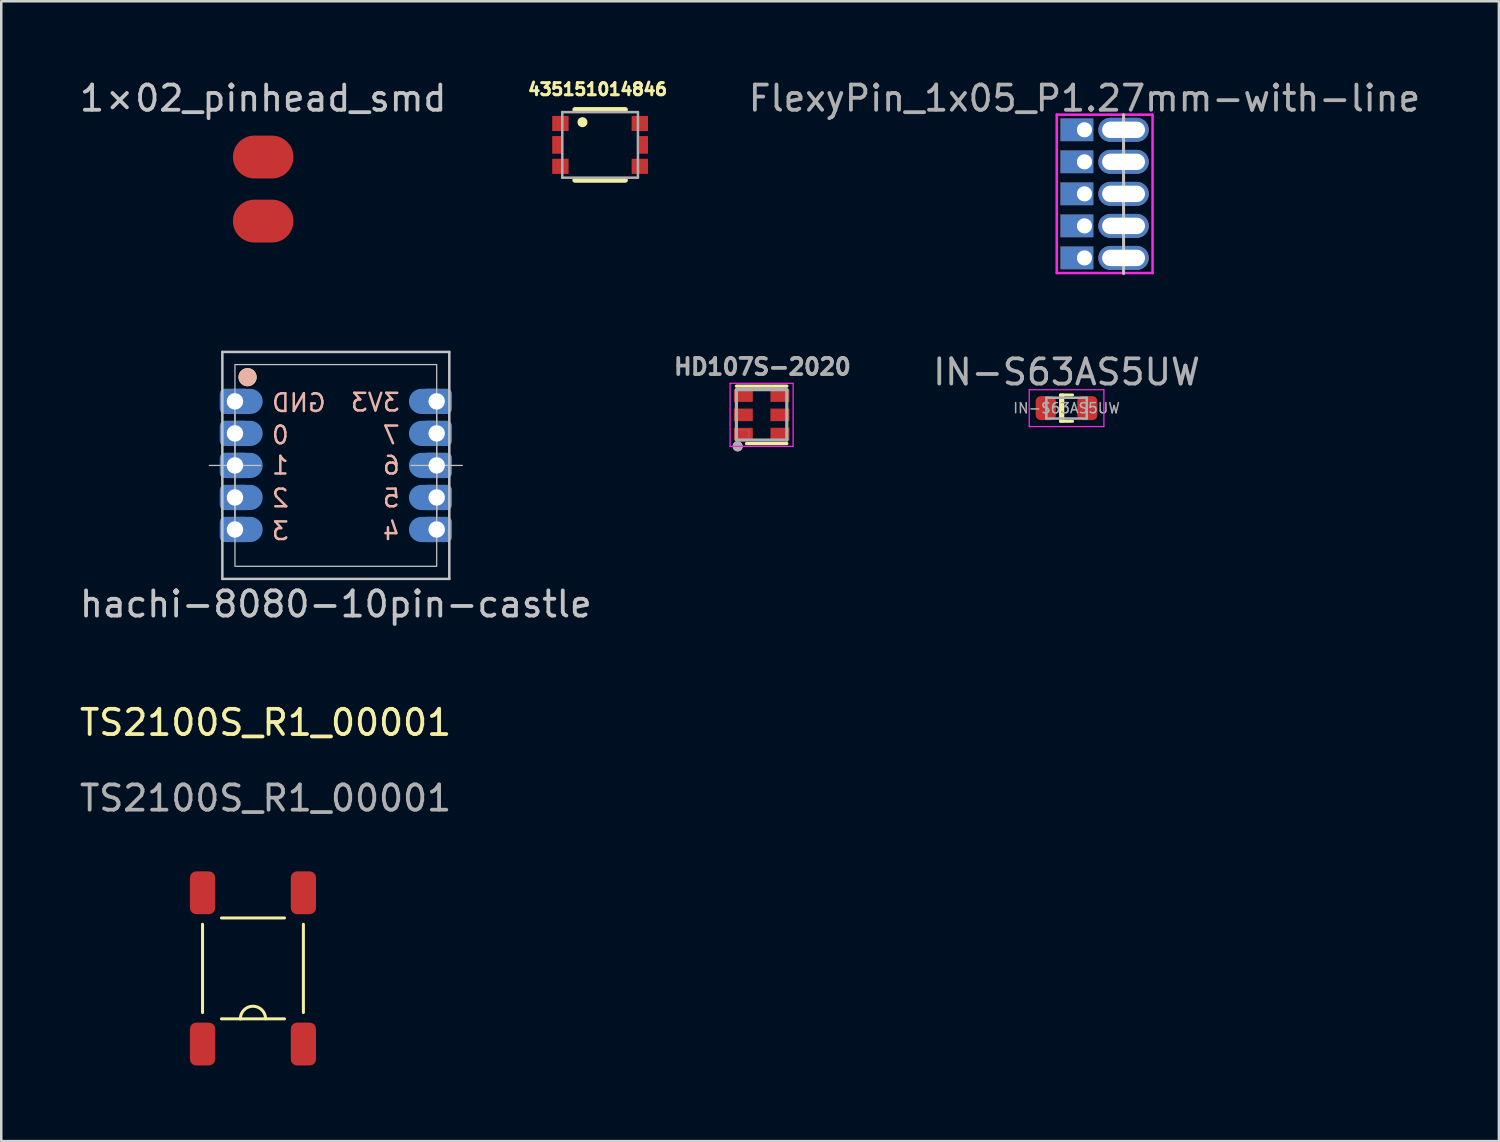
<source format=kicad_pcb>
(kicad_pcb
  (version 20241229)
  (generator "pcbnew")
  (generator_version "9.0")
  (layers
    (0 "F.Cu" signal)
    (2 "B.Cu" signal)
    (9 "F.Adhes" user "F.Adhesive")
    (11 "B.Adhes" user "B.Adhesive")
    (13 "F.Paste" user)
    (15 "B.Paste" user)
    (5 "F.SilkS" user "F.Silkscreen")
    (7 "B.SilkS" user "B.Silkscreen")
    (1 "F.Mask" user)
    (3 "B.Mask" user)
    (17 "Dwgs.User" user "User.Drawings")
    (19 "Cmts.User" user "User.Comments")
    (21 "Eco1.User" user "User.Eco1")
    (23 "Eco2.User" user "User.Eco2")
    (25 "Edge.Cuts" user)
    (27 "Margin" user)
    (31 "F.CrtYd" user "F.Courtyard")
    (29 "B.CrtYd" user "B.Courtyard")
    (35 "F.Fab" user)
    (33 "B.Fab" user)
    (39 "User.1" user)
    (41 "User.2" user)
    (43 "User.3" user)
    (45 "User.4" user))
  (footprint "435151014846"
    (layer "F.Cu")
    (at 20.749 2.696)
    (property "Reference" "435151014846" (at -0.1 -2.205 0) (layer "F.SilkS") (effects (font (size 0.48 0.48) (thickness 0.15))))
    (attr smd)
    (fp_line (start -1 -1.4) (end 1 -1.4) (stroke (width 0.2) (type solid)) (layer "F.SilkS"))
    (fp_line (start -1 1.4) (end 1 1.4) (stroke (width 0.2) (type solid)) (layer "F.SilkS"))
    (fp_circle (center -0.7 -0.9) (end -0.6 -0.9) (stroke (width 0.2) (type solid)) (fill no) (layer "F.SilkS"))
    (fp_line (start -1.5 -1.3) (end 1.5 -1.3) (stroke (width 0.1) (type solid)) (layer "F.Fab"))
    (fp_line (start -1.5 1.3) (end -1.5 -1.3) (stroke (width 0.1) (type solid)) (layer "F.Fab"))
    (fp_line (start 1.5 -1.3) (end 1.5 1.3) (stroke (width 0.1) (type solid)) (layer "F.Fab"))
    (fp_line (start 1.5 1.3) (end -1.5 1.3) (stroke (width 0.1) (type solid)) (layer "F.Fab"))
    (pad "1" smd rect (at -1.575 -0.85) (size 0.65 0.6) (layers "F.Cu" "F.Mask" "F.Paste"))
    (pad "2" smd rect (at 1.575 -0.85) (size 0.65 0.6) (layers "F.Cu" "F.Mask" "F.Paste"))
    (pad "3" smd rect (at -1.575 0.85) (size 0.65 0.6) (layers "F.Cu" "F.Mask" "F.Paste"))
    (pad "4" smd rect (at 1.575 0.85) (size 0.65 0.6) (layers "F.Cu" "F.Mask" "F.Paste"))
    (pad "5" smd rect (at -1.725 0) (size 0.35 0.7) (layers "F.Cu" "F.Mask" "F.Paste"))
    (pad "6" smd rect (at 1.725 0) (size 0.35 0.7) (layers "F.Cu" "F.Mask" "F.Paste")))
  (footprint "FlexyPin_1x05_P1.27mm-with-line"
    (layer "F.Cu")
    (at 39.958 2.098)
    (property "Reference" "FlexyPin_1x05_P1.27mm-with-line" (at 0 -1.25 0) (layer "F.Fab") (effects (font (size 1 1) (thickness 0.15))))
    (attr through_hole)
    (fp_line (start 1.55 -0.6) (end 1.55 5.7) (stroke (width 0.12) (type solid)) (layer "Dwgs.User"))
    (fp_line (start -1.1 -0.6) (end 2.7 -0.6) (stroke (width 0.1) (type solid)) (layer "F.CrtYd"))
    (fp_line (start -1.1 5.68) (end -1.1 -0.6) (stroke (width 0.1) (type solid)) (layer "F.CrtYd"))
    (fp_line (start 2.7 -0.6) (end 2.7 5.68) (stroke (width 0.1) (type solid)) (layer "F.CrtYd"))
    (fp_line (start 2.7 5.68) (end -1.1 5.68) (stroke (width 0.1) (type solid)) (layer "F.CrtYd"))
    (pad "" thru_hole oval (at 1.55 0) (size 2 0.95) (drill oval 1.7 0.65) (layers "*.Cu" "*.Mask"))
    (pad "" thru_hole oval (at 1.55 1.27) (size 2 0.95) (drill oval 1.7 0.65) (layers "*.Cu" "*.Mask"))
    (pad "" thru_hole oval (at 1.55 2.54) (size 2 0.95) (drill oval 1.7 0.65) (layers "*.Cu" "*.Mask"))
    (pad "" thru_hole oval (at 1.55 3.81) (size 2 0.95) (drill oval 1.7 0.65) (layers "*.Cu" "*.Mask"))
    (pad "" thru_hole oval (at 1.55 5.08) (size 2 0.95) (drill oval 1.7 0.65) (layers "*.Cu" "*.Mask"))
    (pad "1" thru_hole rect (at 0 0) (size 1.3 0.9) (drill 0.6 (offset -0.3 0)) (layers "*.Cu" "*.Mask"))
    (pad "2" thru_hole rect (at 0 1.27) (size 1.3 0.9) (drill 0.6 (offset -0.3 0)) (layers "*.Cu" "*.Mask"))
    (pad "3" thru_hole rect (at 0 2.54) (size 1.3 0.9) (drill 0.6 (offset -0.3 0)) (layers "*.Cu" "*.Mask"))
    (pad "4" thru_hole rect (at 0 3.81) (size 1.3 0.9) (drill 0.6 (offset -0.3 0)) (layers "*.Cu" "*.Mask"))
    (pad "5" thru_hole rect (at 0 5.08) (size 1.3 0.9) (drill 0.6 (offset -0.3 0)) (layers "*.Cu" "*.Mask")))
  (footprint "HD107S-2020"
    (layer "F.Cu")
    (at 27.154 13.402)
    (property "Reference" "HD107S-2020" (at 0.032 -1.906 0) (layer "F.Fab") (effects (font (size 0.64 0.64) (thickness 0.15))))
    (attr smd)
    (fp_line (start -1 -1.139) (end 1 -1.139) (stroke (width 0.127) (type solid)) (layer "F.SilkS"))
    (fp_line (start -0.6 1.139) (end 1 1.139) (stroke (width 0.127) (type solid)) (layer "F.SilkS"))
    (fp_circle (center -0.95 1.25) (end -0.85 1.25) (stroke (width 0.2) (type solid)) (fill no) (layer "F.SilkS"))
    (fp_line (start -1.25 -1.25) (end 1.25 -1.25) (stroke (width 0.05) (type solid)) (layer "F.CrtYd"))
    (fp_line (start -1.25 1.25) (end -1.25 -1.25) (stroke (width 0.05) (type solid)) (layer "F.CrtYd"))
    (fp_line (start 1.25 -1.25) (end 1.25 1.25) (stroke (width 0.05) (type solid)) (layer "F.CrtYd"))
    (fp_line (start 1.25 1.25) (end -1.25 1.25) (stroke (width 0.05) (type solid)) (layer "F.CrtYd"))
    (fp_line (start -1 -1) (end 1 -1) (stroke (width 0.127) (type solid)) (layer "F.Fab"))
    (fp_line (start -1 1) (end -1 -1) (stroke (width 0.127) (type solid)) (layer "F.Fab"))
    (fp_line (start 1 -1) (end 1 1) (stroke (width 0.127) (type solid)) (layer "F.Fab"))
    (fp_line (start 1 1) (end -1 1) (stroke (width 0.127) (type solid)) (layer "F.Fab"))
    (fp_circle (center -0.95 1.25) (end -0.85 1.25) (stroke (width 0.2) (type solid)) (fill no) (layer "F.Fab"))
    (fp_poly (pts (xy -1 0.6) (xy -0.5 0.6) (xy -0.5 1) (xy -1 1)) (stroke (width 0.01) (type solid)) (fill no) (layer "F.Fab"))
    (pad "1" smd rect (at -0.725 -0.756) (size 0.75 0.487) (layers "F.Cu" "F.Mask" "F.Paste"))
    (pad "2" smd rect (at -0.725 0) (size 0.75 0.5) (layers "F.Cu" "F.Mask" "F.Paste"))
    (pad "3" smd rect (at -0.725 0.757) (size 0.75 0.485) (layers "F.Cu" "F.Mask" "F.Paste"))
    (pad "4" smd rect (at 0.725 0.756) (size 0.75 0.487) (layers "F.Cu" "F.Mask" "F.Paste"))
    (pad "5" smd rect (at 0.725 0) (size 0.75 0.5) (layers "F.Cu" "F.Mask" "F.Paste"))
    (pad "6" smd rect (at 0.725 -0.757) (size 0.75 0.485) (layers "F.Cu" "F.Mask" "F.Paste")))
  (footprint "IN-S63AS5UW"
    (layer "F.Cu")
    (at 39.247 13.136)
    (property "Reference" "IN-S63AS5UW" (at 0 -1.43 0) (layer "F.Fab") (effects (font (size 1 1) (thickness 0.15))))
    (attr smd)
    (fp_line (start -0.237 -0.522) (end -0.237 0.522) (stroke (width 0.12) (type solid)) (layer "F.SilkS"))
    (fp_line (start -0.237 -0.522) (end 0.237 -0.522) (stroke (width 0.12) (type solid)) (layer "F.SilkS"))
    (fp_line (start -0.237 0.522) (end 0.237 0.522) (stroke (width 0.12) (type solid)) (layer "F.SilkS"))
    (fp_line (start -0.15 -0.522) (end -0.15 0.522) (stroke (width 0.12) (type solid)) (layer "F.SilkS"))
    (fp_line (start -1.48 -0.73) (end 1.48 -0.73) (stroke (width 0.05) (type solid)) (layer "F.CrtYd"))
    (fp_line (start -1.48 0.73) (end -1.48 -0.73) (stroke (width 0.05) (type solid)) (layer "F.CrtYd"))
    (fp_line (start 1.48 -0.73) (end 1.48 0.73) (stroke (width 0.05) (type solid)) (layer "F.CrtYd"))
    (fp_line (start 1.48 0.73) (end -1.48 0.73) (stroke (width 0.05) (type solid)) (layer "F.CrtYd"))
    (fp_line (start -0.8 -0.412) (end 0.8 -0.412) (stroke (width 0.1) (type solid)) (layer "F.Fab"))
    (fp_line (start -0.8 0.412) (end -0.8 -0.412) (stroke (width 0.1) (type solid)) (layer "F.Fab"))
    (fp_line (start 0.8 -0.412) (end 0.8 0.412) (stroke (width 0.1) (type solid)) (layer "F.Fab"))
    (fp_line (start 0.8 0.412) (end -0.8 0.412) (stroke (width 0.1) (type solid)) (layer "F.Fab"))
    (fp_text user "${REFERENCE}" (at 0 0 0) (layer "F.Fab") (effects (font (size 0.4 0.4) (thickness 0.06))))
    (pad "1" smd roundrect (at -0.825 0) (size 0.8 0.95) (layers "F.Cu" "F.Mask" "F.Paste") (roundrect_rratio 0.25))
    (pad "2" smd roundrect (at 0.825 0) (size 0.8 0.95) (layers "F.Cu" "F.Mask" "F.Paste") (roundrect_rratio 0.25)))
  (footprint "hachi-8080-10pin-castle"
    (layer "F.Cu")
    (at 10.268 15.408)
    (property "Reference" "hachi-8080-10pin-castle" (at 0 5.5 0) (unlocked yes) (layer "Dwgs.User") (effects (font (size 1 1) (thickness 0.15))))
    (attr smd)
    (fp_circle (center -3.5 -3.5) (end -3.2 -3.5) (stroke (width 0.12) (type solid)) (fill yes) (layer "F.SilkS"))
    (fp_circle (center -3.5 -3.5) (end -3.2 -3.5) (stroke (width 0.12) (type solid)) (fill yes) (layer "B.SilkS"))
    (fp_line (start -5.016 0) (end -2.984 0) (stroke (width 0.05) (type solid)) (layer "Dwgs.User"))
    (fp_line (start -4.5 -4.5) (end 4.5 -4.5) (stroke (width 0.1) (type solid)) (layer "Dwgs.User"))
    (fp_line (start -4.5 4.5) (end -4.5 -4.5) (stroke (width 0.1) (type solid)) (layer "Dwgs.User"))
    (fp_line (start -4 -2.032) (end -4 2.032) (stroke (width 0.05) (type solid)) (layer "Dwgs.User"))
    (fp_line (start 2.984 0) (end 5.016 0) (stroke (width 0.05) (type solid)) (layer "Dwgs.User"))
    (fp_line (start 4 -2.032) (end 4 2.032) (stroke (width 0.05) (type solid)) (layer "Dwgs.User"))
    (fp_line (start 4.5 -4.5) (end 4.5 4.5) (stroke (width 0.1) (type solid)) (layer "Dwgs.User"))
    (fp_line (start 4.5 4.5) (end -4.5 4.5) (stroke (width 0.1) (type solid)) (layer "Dwgs.User"))
    (fp_rect (start -4 -4) (end 4 4) (stroke (width 0.05) (type solid)) (fill no) (layer "Dwgs.User"))
    (fp_text user "GND" (at -2.6 -2.48 0) (unlocked yes) (layer "B.SilkS") (effects (font (size 0.7 0.7) (thickness 0.1)) (justify right mirror)))
    (fp_text user "3" (at -2.6 2.6 0) (unlocked yes) (layer "B.SilkS") (effects (font (size 0.7 0.7) (thickness 0.1)) (justify right mirror)))
    (fp_text user "0" (at -2.6 -1.2 0) (unlocked yes) (layer "B.SilkS") (effects (font (size 0.7 0.7) (thickness 0.1)) (justify right mirror)))
    (fp_text user "6" (at 2.6 0 0) (unlocked yes) (layer "B.SilkS") (effects (font (size 0.7 0.7) (thickness 0.1)) (justify left mirror)))
    (fp_text user "7" (at 2.6 -1.2 0) (unlocked yes) (layer "B.SilkS") (effects (font (size 0.7 0.7) (thickness 0.1)) (justify left mirror)))
    (fp_text user "3V3" (at 2.6 -2.5 0) (unlocked yes) (layer "B.SilkS") (effects (font (size 0.7 0.7) (thickness 0.1)) (justify left mirror)))
    (fp_text user "4" (at 2.6 2.6 0) (unlocked yes) (layer "B.SilkS") (effects (font (size 0.7 0.7) (thickness 0.1)) (justify left mirror)))
    (fp_text user "5" (at 2.6 1.3 0) (unlocked yes) (layer "B.SilkS") (effects (font (size 0.7 0.7) (thickness 0.1)) (justify left mirror)))
    (fp_text user "2" (at -2.6 1.3 0) (unlocked yes) (layer "B.SilkS") (effects (font (size 0.7 0.7) (thickness 0.1)) (justify right mirror)))
    (fp_text user "1" (at -2.6 0 0) (unlocked yes) (layer "B.SilkS") (effects (font (size 0.7 0.7) (thickness 0.1)) (justify right mirror)))
    (pad "1" thru_hole roundrect (at -4 -2.54) (size 1.2 1) (drill 0.65) (property pad_prop_castellated) (layers "*.Cu" "*.Mask") (roundrect_rratio 0.2) (chamfer_ratio 0.2) (chamfer))
    (pad "1" smd oval (at -4 -2.54) (size 1.6 1) (drill (offset 0.3 0)) (layers "B.Cu" "B.Mask"))
    (pad "2" thru_hole roundrect (at -4 -1.27) (size 1.2 1) (drill 0.65) (property pad_prop_castellated) (layers "*.Cu" "*.Mask") (roundrect_rratio 0.2) (chamfer_ratio 0.2) (chamfer))
    (pad "2" smd oval (at -4 -1.27) (size 1.6 1) (drill (offset 0.3 0)) (layers "B.Cu" "B.Mask"))
    (pad "3" thru_hole roundrect (at -4 0) (size 1.2 1) (drill 0.65) (property pad_prop_castellated) (layers "*.Cu" "*.Mask") (roundrect_rratio 0.2) (chamfer_ratio 0.2) (chamfer))
    (pad "3" smd oval (at -4 0) (size 1.6 1) (drill (offset 0.3 0)) (layers "B.Cu" "B.Mask"))
    (pad "4" thru_hole roundrect (at -4 1.27) (size 1.2 1) (drill 0.65) (property pad_prop_castellated) (layers "*.Cu" "*.Mask") (roundrect_rratio 0.2) (chamfer_ratio 0.2) (chamfer))
    (pad "4" smd oval (at -4 1.27) (size 1.6 1) (drill (offset 0.3 0)) (layers "B.Cu" "B.Mask"))
    (pad "5" thru_hole roundrect (at -4 2.54) (size 1.2 1) (drill 0.65) (property pad_prop_castellated) (layers "*.Cu" "*.Mask") (roundrect_rratio 0.2) (chamfer_ratio 0.2) (chamfer))
    (pad "5" smd oval (at -4 2.54) (size 1.6 1) (drill (offset 0.3 0)) (layers "B.Cu" "B.Mask"))
    (pad "6" smd oval (at 3.4 2.54) (size 1.6 1) (drill (offset 0.3 0)) (layers "B.Cu" "B.Mask"))
    (pad "6" thru_hole roundrect (at 4 2.54) (size 1.2 1) (drill 0.65) (property pad_prop_castellated) (layers "*.Cu" "*.Mask") (roundrect_rratio 0.2) (chamfer_ratio 0.2) (chamfer))
    (pad "7" smd oval (at 3.4 1.27) (size 1.6 1) (drill (offset 0.3 0)) (layers "B.Cu" "B.Mask"))
    (pad "7" thru_hole roundrect (at 4 1.27) (size 1.2 1) (drill 0.65) (property pad_prop_castellated) (layers "*.Cu" "*.Mask") (roundrect_rratio 0.2) (chamfer_ratio 0.2) (chamfer))
    (pad "8" smd oval (at 3.4 0) (size 1.6 1) (drill (offset 0.3 0)) (layers "B.Cu" "B.Mask"))
    (pad "8" thru_hole roundrect (at 4 0) (size 1.2 1) (drill 0.65) (property pad_prop_castellated) (layers "*.Cu" "*.Mask") (roundrect_rratio 0.2) (chamfer_ratio 0.2) (chamfer))
    (pad "9" smd oval (at 3.4 -1.27) (size 1.6 1) (drill (offset 0.3 0)) (layers "B.Cu" "B.Mask"))
    (pad "9" thru_hole roundrect (at 4 -1.27) (size 1.2 1) (drill 0.65) (property pad_prop_castellated) (layers "*.Cu" "*.Mask") (roundrect_rratio 0.2) (chamfer_ratio 0.2) (chamfer))
    (pad "10" smd oval (at 3.4 -2.54) (size 1.6 1) (drill (offset 0.3 0)) (layers "B.Cu" "B.Mask"))
    (pad "10" thru_hole roundrect (at 4 -2.54) (size 1.2 1) (drill 0.65) (property pad_prop_castellated) (layers "*.Cu" "*.Mask") (roundrect_rratio 0.2) (chamfer_ratio 0.2) (chamfer)))
  (footprint "1×02_pinhead_smd"
    (layer "F.Cu")
    (at 7.387 3.178)
    (property "Reference" "1×02_pinhead_smd" (at 0 -2.33 0) (layer "Dwgs.User") (effects (font (size 1 1) (thickness 0.15))))
    (attr through_hole)
    (pad "1" smd oval (at 0 0) (size 2.4 1.7) (layers "F.Cu" "F.Mask" "F.Paste"))
    (pad "2" smd oval (at 0 2.54) (size 2.4 1.7) (layers "F.Cu" "F.Mask" "F.Paste")))
  (footprint "TS2100S_R1_00001"
    (layer "F.Cu")
    (at 6.982 35.355)
    (property "Reference" "TS2100S_R1_00001" (at 0.5 -9.75 0) (unlocked yes) (layer "F.SilkS") (effects (font (size 1 1) (thickness 0.15))))
    (attr smd)
    (fp_line (start -2 1.75) (end -2 -1.75) (stroke (width 0.12) (type solid)) (layer "F.SilkS"))
    (fp_line (start -1.25 -2) (end 1.25 -2) (stroke (width 0.12) (type solid)) (layer "F.SilkS"))
    (fp_line (start -1.25 2) (end -0.5 2) (stroke (width 0.12) (type solid)) (layer "F.SilkS"))
    (fp_line (start -0.5 2) (end 1.25 2) (stroke (width 0.12) (type solid)) (layer "F.SilkS"))
    (fp_line (start 2 -1.75) (end 2 1.75) (stroke (width 0.12) (type solid)) (layer "F.SilkS"))
    (fp_arc (start -0.5 2) (mid 0 1.5) (end 0.5 2) (stroke (width 0.12) (type solid)) (layer "F.SilkS"))
    (fp_text user "${REFERENCE}" (at 0.5 -6.75 0) (unlocked yes) (layer "F.Fab") (effects (font (size 1 1) (thickness 0.15))))
    (pad "1" smd roundrect (at 2 3) (size 1 1.7) (layers "F.Cu" "F.Mask" "F.Paste") (roundrect_rratio 0.25))
    (pad "2" smd roundrect (at 2 -3) (size 1 1.7) (layers "F.Cu" "F.Mask" "F.Paste") (roundrect_rratio 0.25))
    (pad "3" smd roundrect (at -2 -3) (size 1 1.7) (layers "F.Cu" "F.Mask" "F.Paste") (roundrect_rratio 0.25))
    (pad "4" smd roundrect (at -2 3) (size 1 1.7) (layers "F.Cu" "F.Mask" "F.Paste") (roundrect_rratio 0.25)))
  (gr_rect
    (start -3 -3)
    (end 56.393 42.205)
    (stroke (width 0.1) (type default))
    (fill no)
    (layer "Edge.Cuts")))
</source>
